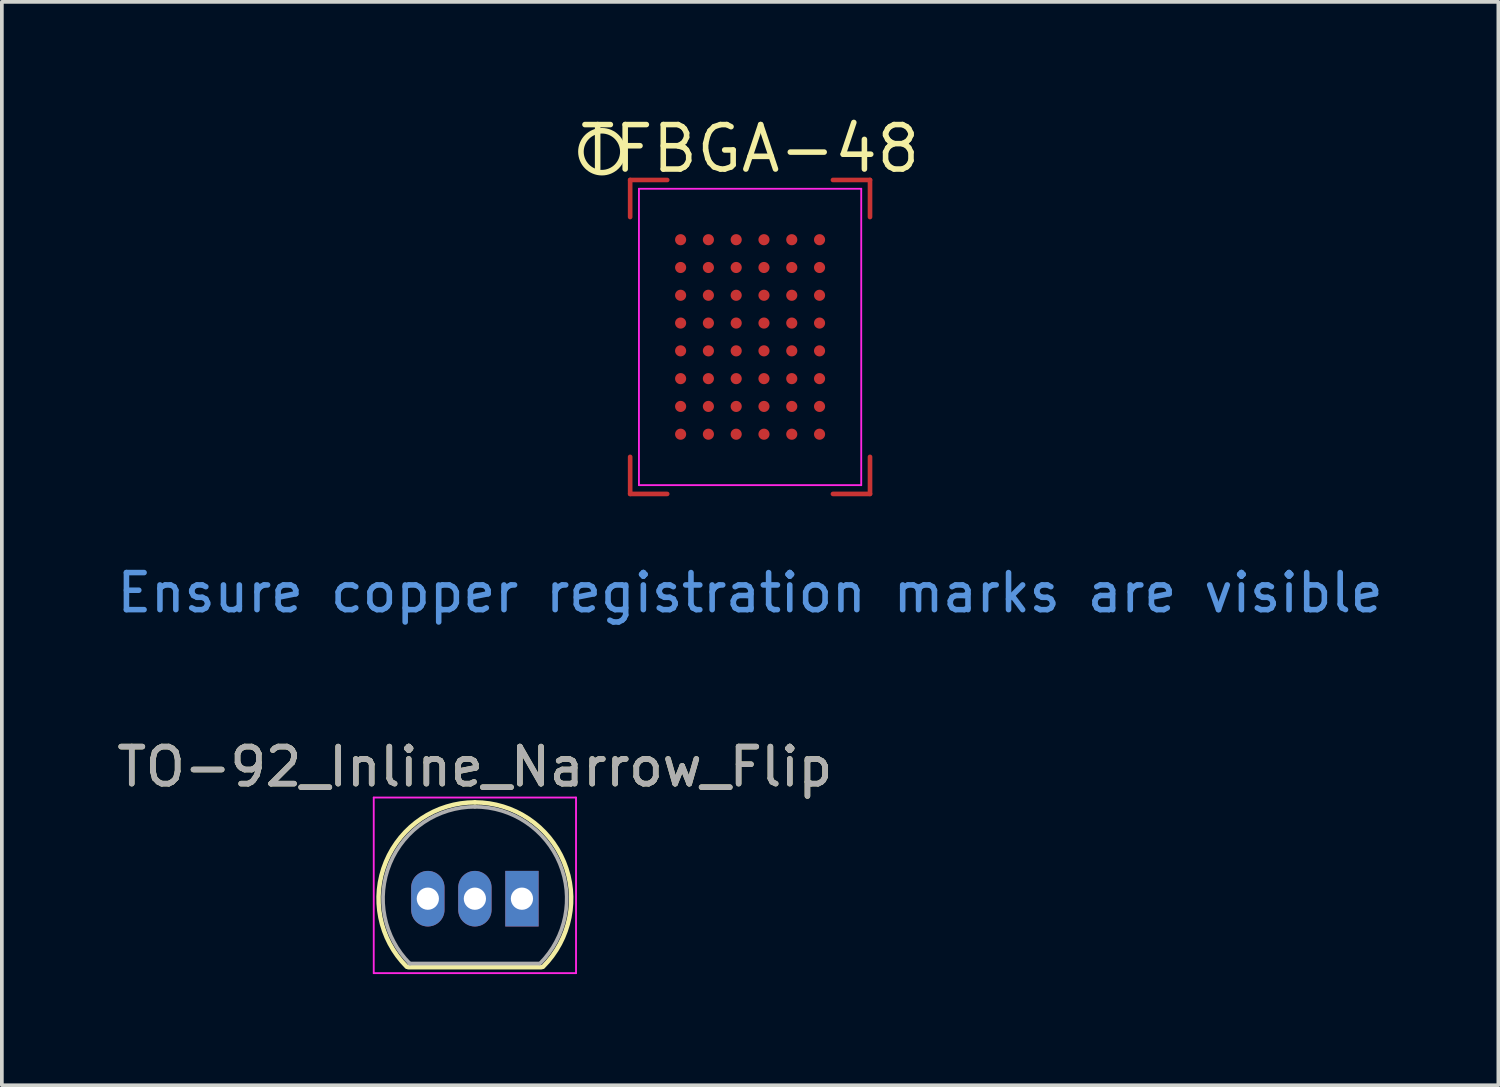
<source format=kicad_pcb>
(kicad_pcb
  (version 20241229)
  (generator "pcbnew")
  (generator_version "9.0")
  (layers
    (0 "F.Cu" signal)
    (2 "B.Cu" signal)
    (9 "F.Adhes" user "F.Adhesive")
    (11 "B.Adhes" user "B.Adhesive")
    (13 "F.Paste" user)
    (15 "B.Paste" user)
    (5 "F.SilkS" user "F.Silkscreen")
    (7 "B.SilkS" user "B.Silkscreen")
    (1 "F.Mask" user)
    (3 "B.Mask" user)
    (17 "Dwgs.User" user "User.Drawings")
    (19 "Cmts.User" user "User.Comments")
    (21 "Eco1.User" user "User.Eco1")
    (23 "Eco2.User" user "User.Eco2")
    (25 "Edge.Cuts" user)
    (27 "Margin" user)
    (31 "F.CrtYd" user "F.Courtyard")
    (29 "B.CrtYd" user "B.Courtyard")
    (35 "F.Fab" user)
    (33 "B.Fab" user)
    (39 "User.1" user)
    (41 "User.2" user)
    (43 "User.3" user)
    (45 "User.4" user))
  (footprint "TO-92_Inline_Narrow_Flip"
    (layer "F.Cu")
    (at 9.768 21.207)
    (property "Reference" "TO-92_Inline_Narrow_Flip" (at 0 -3.56 0) (layer "F.SilkS") (effects (font (size 1 1) (thickness 0.15))))
    (attr through_hole)
    (fp_line (start -1.8 1.85) (end 1.8 1.85) (stroke (width 0.12) (type solid)) (layer "F.SilkS"))
    (fp_arc (start -1.838478 1.838478) (mid -2.402087 -0.994977) (end 0 -2.6) (stroke (width 0.12) (type solid)) (layer "F.SilkS"))
    (fp_arc (start 0 -2.6) (mid 2.402087 -0.994977) (end 1.838478 1.838478) (stroke (width 0.12) (type solid)) (layer "F.SilkS"))
    (fp_line (start -2.73 -2.73) (end -2.73 2.01) (stroke (width 0.05) (type solid)) (layer "F.CrtYd"))
    (fp_line (start -2.73 -2.73) (end 2.73 -2.73) (stroke (width 0.05) (type solid)) (layer "F.CrtYd"))
    (fp_line (start 2.73 2.01) (end -2.73 2.01) (stroke (width 0.05) (type solid)) (layer "F.CrtYd"))
    (fp_line (start 2.73 2.01) (end 2.73 -2.73) (stroke (width 0.05) (type solid)) (layer "F.CrtYd"))
    (fp_line (start -1.77 1.75) (end 1.73 1.75) (stroke (width 0.1) (type solid)) (layer "F.Fab"))
    (fp_arc (start -1.753625 1.753625) (mid -2.291221 -0.949055) (end 0 -2.48) (stroke (width 0.1) (type solid)) (layer "F.Fab"))
    (fp_arc (start 0 -2.48) (mid 2.291221 -0.949055) (end 1.753625 1.753625) (stroke (width 0.1) (type solid)) (layer "F.Fab"))
    (fp_text user "${REFERENCE}" (at 0 -3.56 0) (layer "F.Fab") (effects (font (size 1 1) (thickness 0.15))))
    (pad "1" thru_hole rect (at 1.27 0 180) (size 0.9 1.5) (drill 0.6) (layers "*.Cu" "*.Mask"))
    (pad "2" thru_hole oval (at 0 0 180) (size 0.9 1.5) (drill 0.6) (layers "*.Cu" "*.Mask"))
    (pad "3" thru_hole oval (at -1.27 0 180) (size 0.9 1.5) (drill 0.6) (layers "*.Cu" "*.Mask")))
  (footprint "TFBGA-48"
    (layer "F.Cu")
    (at 17.196 6.045)
    (property "Reference" "TFBGA-48" (at 0 -5.08 0) (layer "F.SilkS") (effects (font (size 1.2 1.2) (thickness 0.15))))
    (attr through_hole)
    (fp_line (start -3.237 -4.237) (end -3.237 -3.237) (stroke (width 0.125) (type solid)) (layer "F.Cu"))
    (fp_line (start -3.237 -4.237) (end -2.237 -4.237) (stroke (width 0.125) (type solid)) (layer "F.Cu"))
    (fp_line (start -3.237 3.237) (end -3.237 4.237) (stroke (width 0.125) (type solid)) (layer "F.Cu"))
    (fp_line (start -2.237 4.237) (end -3.237 4.237) (stroke (width 0.125) (type solid)) (layer "F.Cu"))
    (fp_line (start 2.237 -4.237) (end 3.237 -4.237) (stroke (width 0.125) (type solid)) (layer "F.Cu"))
    (fp_line (start 2.237 4.237) (end 3.237 4.237) (stroke (width 0.125) (type solid)) (layer "F.Cu"))
    (fp_line (start 3.237 -4.237) (end 3.237 -3.237) (stroke (width 0.125) (type solid)) (layer "F.Cu"))
    (fp_line (start 3.237 3.237) (end 3.237 4.237) (stroke (width 0.125) (type solid)) (layer "F.Cu"))
    (fp_circle (center -4 -5) (end -4.4 -5.4) (stroke (width 0.15) (type solid)) (fill no) (layer "F.SilkS"))
    (fp_line (start -3 -4) (end 3 -4) (stroke (width 0.05) (type solid)) (layer "F.CrtYd"))
    (fp_line (start -3 4) (end -3 -4) (stroke (width 0.05) (type solid)) (layer "F.CrtYd"))
    (fp_line (start 3 -4) (end 3 4) (stroke (width 0.05) (type solid)) (layer "F.CrtYd"))
    (fp_line (start 3 4) (end -3 4) (stroke (width 0.05) (type solid)) (layer "F.CrtYd"))
    (fp_text user "Ensure copper registration marks are visible" (at 0 6.905 0) (layer "Cmts.User") (effects (font (size 1 1) (thickness 0.15))))
    (pad "A1" smd circle (at -1.875 -2.625) (size 0.3 0.3) (layers "F.Cu" "F.Mask" "F.Paste"))
    (pad "A2" smd circle (at -1.125 -2.625) (size 0.3 0.3) (layers "F.Cu" "F.Mask" "F.Paste"))
    (pad "A3" smd circle (at -0.375 -2.625) (size 0.3 0.3) (layers "F.Cu" "F.Mask" "F.Paste"))
    (pad "A4" smd circle (at 0.375 -2.625) (size 0.3 0.3) (layers "F.Cu" "F.Mask" "F.Paste"))
    (pad "A5" smd circle (at 1.125 -2.625) (size 0.3 0.3) (layers "F.Cu" "F.Mask" "F.Paste"))
    (pad "A6" smd circle (at 1.875 -2.625) (size 0.3 0.3) (layers "F.Cu" "F.Mask" "F.Paste"))
    (pad "B1" smd circle (at -1.875 -1.875) (size 0.3 0.3) (layers "F.Cu" "F.Mask" "F.Paste"))
    (pad "B2" smd circle (at -1.125 -1.875) (size 0.3 0.3) (layers "F.Cu" "F.Mask" "F.Paste"))
    (pad "B3" smd circle (at -0.375 -1.875) (size 0.3 0.3) (layers "F.Cu" "F.Mask" "F.Paste"))
    (pad "B4" smd circle (at 0.375 -1.875) (size 0.3 0.3) (layers "F.Cu" "F.Mask" "F.Paste"))
    (pad "B5" smd circle (at 1.125 -1.875) (size 0.3 0.3) (layers "F.Cu" "F.Mask" "F.Paste"))
    (pad "B6" smd circle (at 1.875 -1.875) (size 0.3 0.3) (layers "F.Cu" "F.Mask" "F.Paste"))
    (pad "C1" smd circle (at -1.875 -1.125) (size 0.3 0.3) (layers "F.Cu" "F.Mask" "F.Paste"))
    (pad "C2" smd circle (at -1.125 -1.125) (size 0.3 0.3) (layers "F.Cu" "F.Mask" "F.Paste"))
    (pad "C3" smd circle (at -0.375 -1.125) (size 0.3 0.3) (layers "F.Cu" "F.Mask" "F.Paste"))
    (pad "C4" smd circle (at 0.375 -1.125) (size 0.3 0.3) (layers "F.Cu" "F.Mask" "F.Paste"))
    (pad "C5" smd circle (at 1.125 -1.125) (size 0.3 0.3) (layers "F.Cu" "F.Mask" "F.Paste"))
    (pad "C6" smd circle (at 1.875 -1.125) (size 0.3 0.3) (layers "F.Cu" "F.Mask" "F.Paste"))
    (pad "D1" smd circle (at -1.875 -0.375) (size 0.3 0.3) (layers "F.Cu" "F.Mask" "F.Paste"))
    (pad "D2" smd circle (at -1.125 -0.375) (size 0.3 0.3) (layers "F.Cu" "F.Mask" "F.Paste"))
    (pad "D3" smd circle (at -0.375 -0.375) (size 0.3 0.3) (layers "F.Cu" "F.Mask" "F.Paste"))
    (pad "D4" smd circle (at 0.375 -0.375) (size 0.3 0.3) (layers "F.Cu" "F.Mask" "F.Paste"))
    (pad "D5" smd circle (at 1.125 -0.375) (size 0.3 0.3) (layers "F.Cu" "F.Mask" "F.Paste"))
    (pad "D6" smd circle (at 1.875 -0.375) (size 0.3 0.3) (layers "F.Cu" "F.Mask" "F.Paste"))
    (pad "E1" smd circle (at -1.875 0.375) (size 0.3 0.3) (layers "F.Cu" "F.Mask" "F.Paste"))
    (pad "E2" smd circle (at -1.125 0.375) (size 0.3 0.3) (layers "F.Cu" "F.Mask" "F.Paste"))
    (pad "E3" smd circle (at -0.375 0.375) (size 0.3 0.3) (layers "F.Cu" "F.Mask" "F.Paste"))
    (pad "E4" smd circle (at 0.375 0.375) (size 0.3 0.3) (layers "F.Cu" "F.Mask" "F.Paste"))
    (pad "E5" smd circle (at 1.125 0.375) (size 0.3 0.3) (layers "F.Cu" "F.Mask" "F.Paste"))
    (pad "E6" smd circle (at 1.875 0.375) (size 0.3 0.3) (layers "F.Cu" "F.Mask" "F.Paste"))
    (pad "F1" smd circle (at -1.875 1.125) (size 0.3 0.3) (layers "F.Cu" "F.Mask" "F.Paste"))
    (pad "F2" smd circle (at -1.125 1.125) (size 0.3 0.3) (layers "F.Cu" "F.Mask" "F.Paste"))
    (pad "F3" smd circle (at -0.375 1.125) (size 0.3 0.3) (layers "F.Cu" "F.Mask" "F.Paste"))
    (pad "F4" smd circle (at 0.375 1.125) (size 0.3 0.3) (layers "F.Cu" "F.Mask" "F.Paste"))
    (pad "F5" smd circle (at 1.125 1.125) (size 0.3 0.3) (layers "F.Cu" "F.Mask" "F.Paste"))
    (pad "F6" smd circle (at 1.875 1.125) (size 0.3 0.3) (layers "F.Cu" "F.Mask" "F.Paste"))
    (pad "G1" smd circle (at -1.875 1.875) (size 0.3 0.3) (layers "F.Cu" "F.Mask" "F.Paste"))
    (pad "G2" smd circle (at -1.125 1.875) (size 0.3 0.3) (layers "F.Cu" "F.Mask" "F.Paste"))
    (pad "G3" smd circle (at -0.375 1.875) (size 0.3 0.3) (layers "F.Cu" "F.Mask" "F.Paste"))
    (pad "G4" smd circle (at 0.375 1.875) (size 0.3 0.3) (layers "F.Cu" "F.Mask" "F.Paste"))
    (pad "G5" smd circle (at 1.125 1.875) (size 0.3 0.3) (layers "F.Cu" "F.Mask" "F.Paste"))
    (pad "G6" smd circle (at 1.875 1.875) (size 0.3 0.3) (layers "F.Cu" "F.Mask" "F.Paste"))
    (pad "H1" smd circle (at -1.875 2.625) (size 0.3 0.3) (layers "F.Cu" "F.Mask" "F.Paste"))
    (pad "H2" smd circle (at -1.125 2.625) (size 0.3 0.3) (layers "F.Cu" "F.Mask" "F.Paste"))
    (pad "H3" smd circle (at -0.375 2.625) (size 0.3 0.3) (layers "F.Cu" "F.Mask" "F.Paste"))
    (pad "H4" smd circle (at 0.375 2.625) (size 0.3 0.3) (layers "F.Cu" "F.Mask" "F.Paste"))
    (pad "H5" smd circle (at 1.125 2.625) (size 0.3 0.3) (layers "F.Cu" "F.Mask" "F.Paste"))
    (pad "H6" smd circle (at 1.875 2.625) (size 0.3 0.3) (layers "F.Cu" "F.Mask" "F.Paste")))
  (gr_rect
    (start -3 -3)
    (end 37.393 26.242)
    (stroke (width 0.1) (type default))
    (fill no)
    (layer "Edge.Cuts")))
</source>
